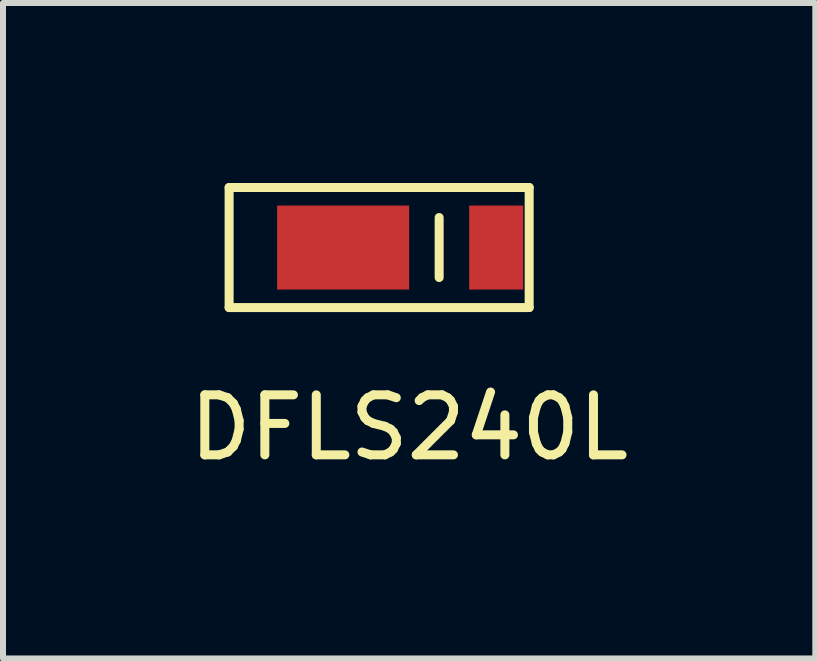
<source format=kicad_pcb>
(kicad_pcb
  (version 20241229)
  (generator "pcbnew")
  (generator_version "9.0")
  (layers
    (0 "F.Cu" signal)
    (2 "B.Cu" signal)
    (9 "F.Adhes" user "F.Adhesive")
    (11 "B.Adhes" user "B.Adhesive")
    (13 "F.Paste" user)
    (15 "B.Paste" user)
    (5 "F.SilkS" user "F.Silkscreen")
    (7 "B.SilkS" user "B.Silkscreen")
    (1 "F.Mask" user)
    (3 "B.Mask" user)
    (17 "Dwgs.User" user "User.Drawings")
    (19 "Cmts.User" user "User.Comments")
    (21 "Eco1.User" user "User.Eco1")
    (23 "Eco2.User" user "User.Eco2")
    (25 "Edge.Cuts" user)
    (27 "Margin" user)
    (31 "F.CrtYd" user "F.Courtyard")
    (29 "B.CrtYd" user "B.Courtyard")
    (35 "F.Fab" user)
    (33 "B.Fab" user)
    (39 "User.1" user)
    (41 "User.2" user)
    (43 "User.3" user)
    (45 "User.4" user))
  (footprint "DFLS240L"
    (layer "F.Cu")
    (at 3.768 1.075)
    (property "Reference" "DFLS240L" (at 0 3 0) (layer "F.SilkS") (effects (font (size 1 1) (thickness 0.15))))
    (attr through_hole)
    (fp_line (start -3 -1) (end -3 1) (stroke (width 0.15) (type solid)) (layer "F.SilkS"))
    (fp_line (start -3 -1) (end 2 -1) (stroke (width 0.15) (type solid)) (layer "F.SilkS"))
    (fp_line (start -3 1) (end 2 1) (stroke (width 0.15) (type solid)) (layer "F.SilkS"))
    (fp_line (start 0.5 -0.5) (end 0.5 0.5) (stroke (width 0.15) (type solid)) (layer "F.SilkS"))
    (fp_line (start 2 -1) (end 2 1) (stroke (width 0.15) (type solid)) (layer "F.SilkS"))
    (pad "1" smd rect (at -1.1 0) (size 2.2 1.4) (layers "F.Cu" "F.Mask" "F.Paste"))
    (pad "2" smd rect (at 1.45 0) (size 0.9 1.4) (layers "F.Cu" "F.Mask" "F.Paste")))
  (gr_rect
    (start -3 -3)
    (end 10.536 7.923)
    (stroke (width 0.1) (type default))
    (fill no)
    (layer "Edge.Cuts")))
</source>
